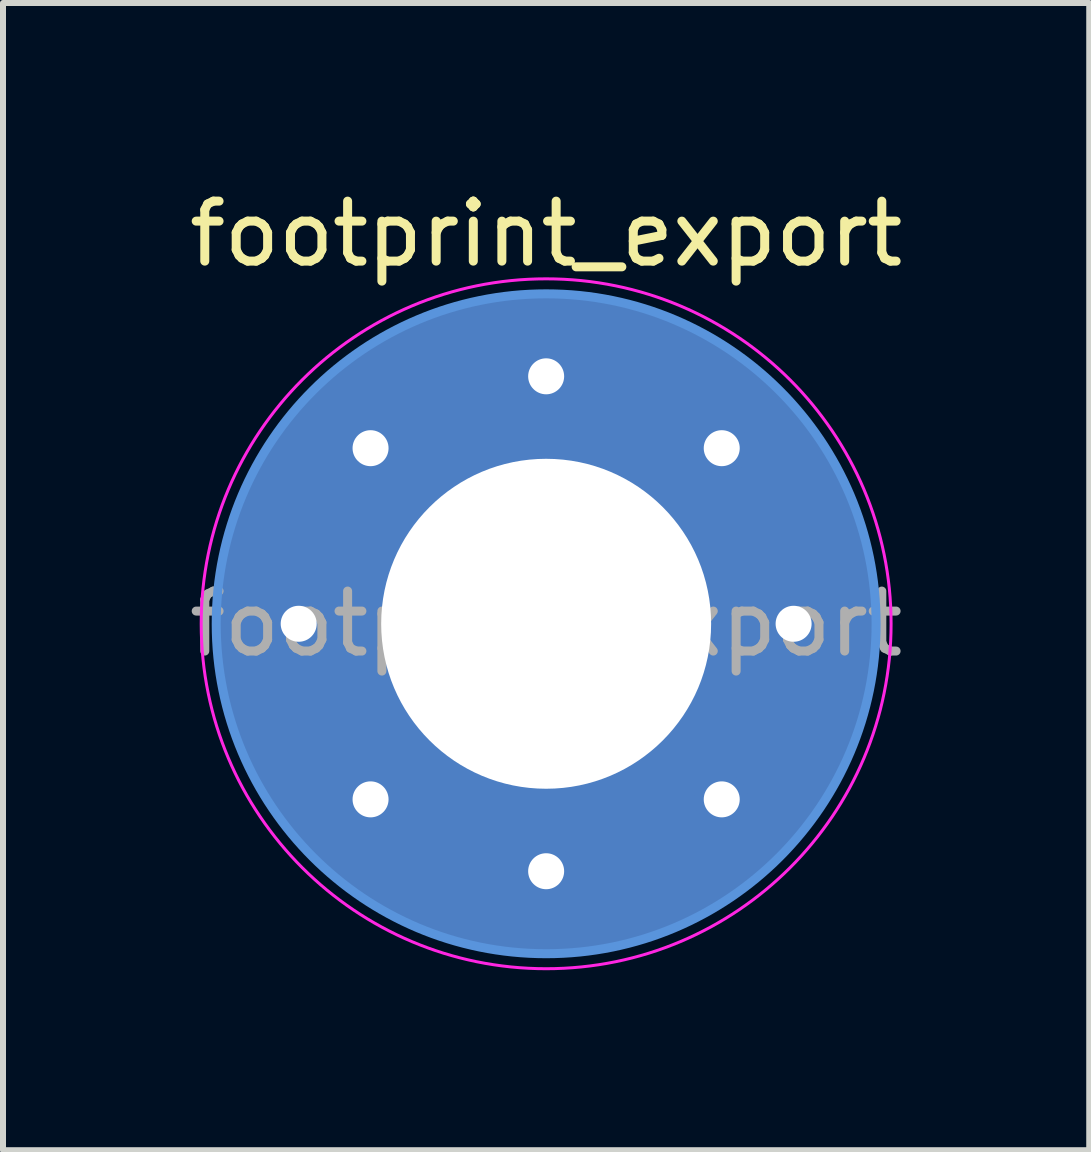
<source format=kicad_pcb>
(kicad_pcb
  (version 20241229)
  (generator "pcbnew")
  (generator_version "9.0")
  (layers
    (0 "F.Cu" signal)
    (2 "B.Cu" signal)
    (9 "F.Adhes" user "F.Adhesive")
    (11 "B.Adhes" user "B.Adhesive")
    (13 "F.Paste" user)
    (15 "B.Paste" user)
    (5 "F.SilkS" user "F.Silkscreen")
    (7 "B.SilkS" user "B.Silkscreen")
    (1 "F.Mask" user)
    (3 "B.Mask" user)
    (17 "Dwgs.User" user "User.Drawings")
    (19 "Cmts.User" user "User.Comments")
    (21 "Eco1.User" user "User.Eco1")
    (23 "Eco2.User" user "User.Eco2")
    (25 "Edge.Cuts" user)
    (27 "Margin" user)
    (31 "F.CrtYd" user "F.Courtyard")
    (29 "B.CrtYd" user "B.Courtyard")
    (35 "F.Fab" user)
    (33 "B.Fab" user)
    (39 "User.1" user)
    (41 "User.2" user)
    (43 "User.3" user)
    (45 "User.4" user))
  (footprint "footprint_export"
    (layer "F.Cu")
    (at 6.054 7.348)
    (property "Reference" "footprint_export" (at 0 -6.5 0) (layer "F.SilkS") (effects (font (size 1 1) (thickness 0.15))))
    (attr exclude_from_pos_files exclude_from_bom)
    (fp_circle (center 0 0) (end 5.5 0) (stroke (width 0.15) (type solid)) (fill no) (layer "Cmts.User"))
    (fp_circle (center 0 0) (end 5.75 0) (stroke (width 0.05) (type solid)) (fill no) (layer "F.CrtYd"))
    (fp_text user "${REFERENCE}" (at 0 0 0) (layer "F.Fab") (effects (font (size 1 1) (thickness 0.15))))
    (pad "1" thru_hole circle (at -4.125 0) (size 0.9 0.9) (drill 0.6) (layers "*.Cu" "*.Mask"))
    (pad "1" thru_hole circle (at -2.927 -2.927) (size 0.9 0.9) (drill 0.6) (layers "*.Cu" "*.Mask"))
    (pad "1" thru_hole circle (at -2.927 2.927) (size 0.9 0.9) (drill 0.6) (layers "*.Cu" "*.Mask"))
    (pad "1" thru_hole circle (at 0 -4.125) (size 0.9 0.9) (drill 0.6) (layers "*.Cu" "*.Mask"))
    (pad "1" thru_hole circle (at 0 0) (size 11 11) (drill 5.5) (layers "*.Cu" "*.Mask"))
    (pad "1" thru_hole circle (at 0 4.125) (size 0.9 0.9) (drill 0.6) (layers "*.Cu" "*.Mask"))
    (pad "1" thru_hole circle (at 2.927 -2.927) (size 0.9 0.9) (drill 0.6) (layers "*.Cu" "*.Mask"))
    (pad "1" thru_hole circle (at 2.927 2.927) (size 0.9 0.9) (drill 0.6) (layers "*.Cu" "*.Mask"))
    (pad "1" thru_hole circle (at 4.125 0) (size 0.9 0.9) (drill 0.6) (layers "*.Cu" "*.Mask")))
  (gr_rect
    (start -3 -3)
    (end 15.107 16.123)
    (stroke (width 0.1) (type default))
    (fill no)
    (layer "Edge.Cuts")))
</source>
